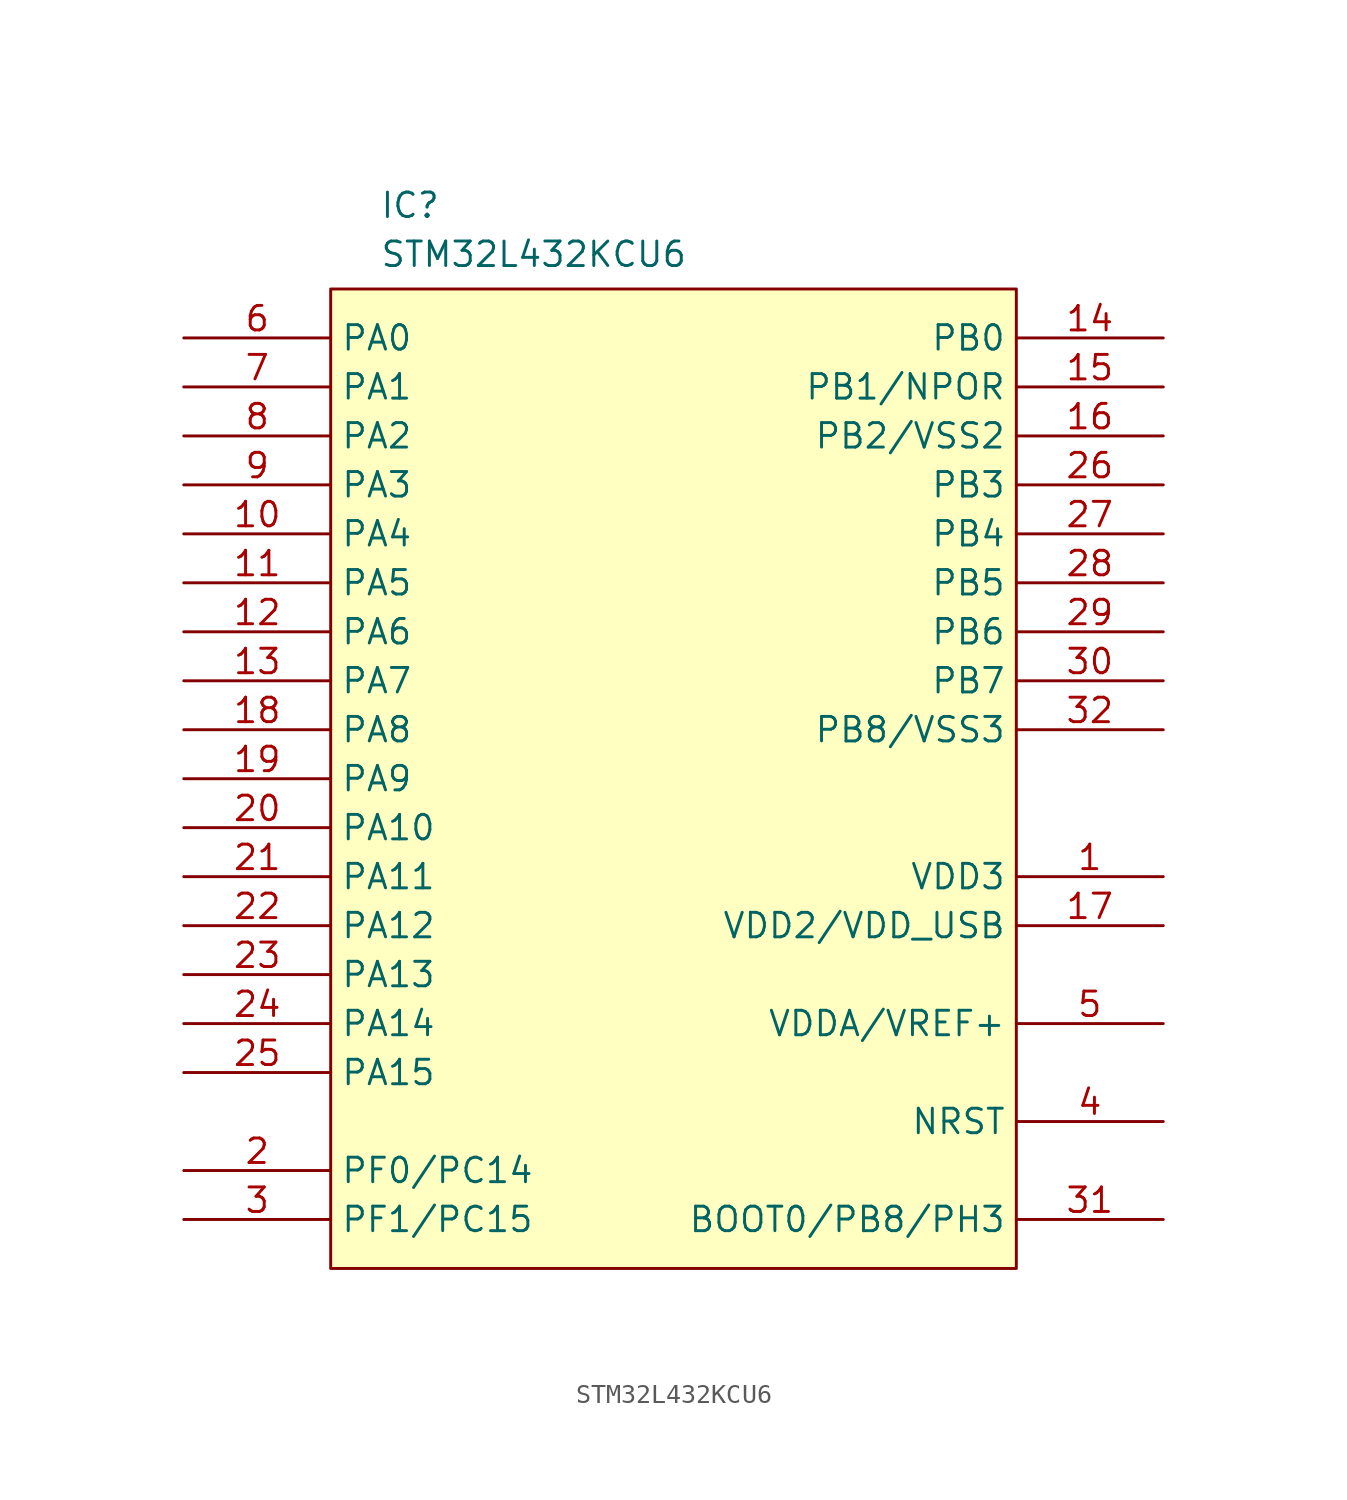
<source format=kicad_sym>
(kicad_symbol_lib
  (version 20220914)
  (generator kicad_symbol_editor)
  (symbol "STM32L432KCU6"
    (property "Reference" "IC"
      (at 62.23 35.56 0)
      (effects (font (size 1.27 1.27)) (justify left top)))
    (property "Value" "STM32L432KCU6"
      (at 62.23 33.02 0)
      (effects (font (size 1.27 1.27)) (justify left top)))
    (symbol "STM32L432KCU6_1_0"
      (rectangle (start 95.25 30.48) (end 59.69 -20.32) (stroke (width 0) (type solid)) (fill (type background)))
      (pin passive line (at 102.87 0 180) (length 7.62) (name "VDD3" (effects (font (size 1.27 1.27)))) (number "1" (effects (font (size 1.27 1.27)))))
      (pin passive line (at 52.07 17.78 0) (length 7.62) (name "PA4" (effects (font (size 1.27 1.27)))) (number "10" (effects (font (size 1.27 1.27)))))
      (pin passive line (at 52.07 15.24 0) (length 7.62) (name "PA5" (effects (font (size 1.27 1.27)))) (number "11" (effects (font (size 1.27 1.27)))))
      (pin passive line (at 52.07 12.7 0) (length 7.62) (name "PA6" (effects (font (size 1.27 1.27)))) (number "12" (effects (font (size 1.27 1.27)))))
      (pin passive line (at 52.07 10.16 0) (length 7.62) (name "PA7" (effects (font (size 1.27 1.27)))) (number "13" (effects (font (size 1.27 1.27)))))
      (pin passive line (at 102.87 27.94 180) (length 7.62) (name "PB0" (effects (font (size 1.27 1.27)))) (number "14" (effects (font (size 1.27 1.27)))))
      (pin passive line (at 102.87 25.4 180) (length 7.62) (name "PB1/NPOR" (effects (font (size 1.27 1.27)))) (number "15" (effects (font (size 1.27 1.27)))))
      (pin passive line (at 102.87 22.86 180) (length 7.62) (name "PB2/VSS2" (effects (font (size 1.27 1.27)))) (number "16" (effects (font (size 1.27 1.27)))))
      (pin passive line (at 102.87 -2.54 180) (length 7.62) (name "VDD2/VDD_USB" (effects (font (size 1.27 1.27)))) (number "17" (effects (font (size 1.27 1.27)))))
      (pin passive line (at 52.07 7.62 0) (length 7.62) (name "PA8" (effects (font (size 1.27 1.27)))) (number "18" (effects (font (size 1.27 1.27)))))
      (pin passive line (at 52.07 5.08 0) (length 7.62) (name "PA9" (effects (font (size 1.27 1.27)))) (number "19" (effects (font (size 1.27 1.27)))))
      (pin passive line (at 52.07 -15.24 0) (length 7.62) (name "PF0/PC14" (effects (font (size 1.27 1.27)))) (number "2" (effects (font (size 1.27 1.27)))))
      (pin passive line (at 52.07 2.54 0) (length 7.62) (name "PA10" (effects (font (size 1.27 1.27)))) (number "20" (effects (font (size 1.27 1.27)))))
      (pin passive line (at 52.07 0 0) (length 7.62) (name "PA11" (effects (font (size 1.27 1.27)))) (number "21" (effects (font (size 1.27 1.27)))))
      (pin passive line (at 52.07 -2.54 0) (length 7.62) (name "PA12" (effects (font (size 1.27 1.27)))) (number "22" (effects (font (size 1.27 1.27)))))
      (pin passive line (at 52.07 -5.08 0) (length 7.62) (name "PA13" (effects (font (size 1.27 1.27)))) (number "23" (effects (font (size 1.27 1.27)))))
      (pin passive line (at 52.07 -7.62 0) (length 7.62) (name "PA14" (effects (font (size 1.27 1.27)))) (number "24" (effects (font (size 1.27 1.27)))))
      (pin passive line (at 52.07 -10.16 0) (length 7.62) (name "PA15" (effects (font (size 1.27 1.27)))) (number "25" (effects (font (size 1.27 1.27)))))
      (pin passive line (at 102.87 20.32 180) (length 7.62) (name "PB3" (effects (font (size 1.27 1.27)))) (number "26" (effects (font (size 1.27 1.27)))))
      (pin passive line (at 102.87 17.78 180) (length 7.62) (name "PB4" (effects (font (size 1.27 1.27)))) (number "27" (effects (font (size 1.27 1.27)))))
      (pin passive line (at 102.87 15.24 180) (length 7.62) (name "PB5" (effects (font (size 1.27 1.27)))) (number "28" (effects (font (size 1.27 1.27)))))
      (pin passive line (at 102.87 12.7 180) (length 7.62) (name "PB6" (effects (font (size 1.27 1.27)))) (number "29" (effects (font (size 1.27 1.27)))))
      (pin passive line (at 52.07 -17.78 0) (length 7.62) (name "PF1/PC15" (effects (font (size 1.27 1.27)))) (number "3" (effects (font (size 1.27 1.27)))))
      (pin passive line (at 102.87 10.16 180) (length 7.62) (name "PB7" (effects (font (size 1.27 1.27)))) (number "30" (effects (font (size 1.27 1.27)))))
      (pin passive line (at 102.87 -17.78 180) (length 7.62) (name "BOOT0/PB8/PH3" (effects (font (size 1.27 1.27)))) (number "31" (effects (font (size 1.27 1.27)))))
      (pin passive line (at 102.87 7.62 180) (length 7.62) (name "PB8/VSS3" (effects (font (size 1.27 1.27)))) (number "32" (effects (font (size 1.27 1.27)))))
      (pin passive line (at 102.87 -12.7 180) (length 7.62) (name "NRST" (effects (font (size 1.27 1.27)))) (number "4" (effects (font (size 1.27 1.27)))))
      (pin passive line (at 102.87 -7.62 180) (length 7.62) (name "VDDA/VREF+" (effects (font (size 1.27 1.27)))) (number "5" (effects (font (size 1.27 1.27)))))
      (pin passive line (at 52.07 27.94 0) (length 7.62) (name "PA0" (effects (font (size 1.27 1.27)))) (number "6" (effects (font (size 1.27 1.27)))))
      (pin passive line (at 52.07 25.4 0) (length 7.62) (name "PA1" (effects (font (size 1.27 1.27)))) (number "7" (effects (font (size 1.27 1.27)))))
      (pin passive line (at 52.07 22.86 0) (length 7.62) (name "PA2" (effects (font (size 1.27 1.27)))) (number "8" (effects (font (size 1.27 1.27)))))
      (pin passive line (at 52.07 20.32 0) (length 7.62) (name "PA3" (effects (font (size 1.27 1.27)))) (number "9" (effects (font (size 1.27 1.27))))))))
</source>
